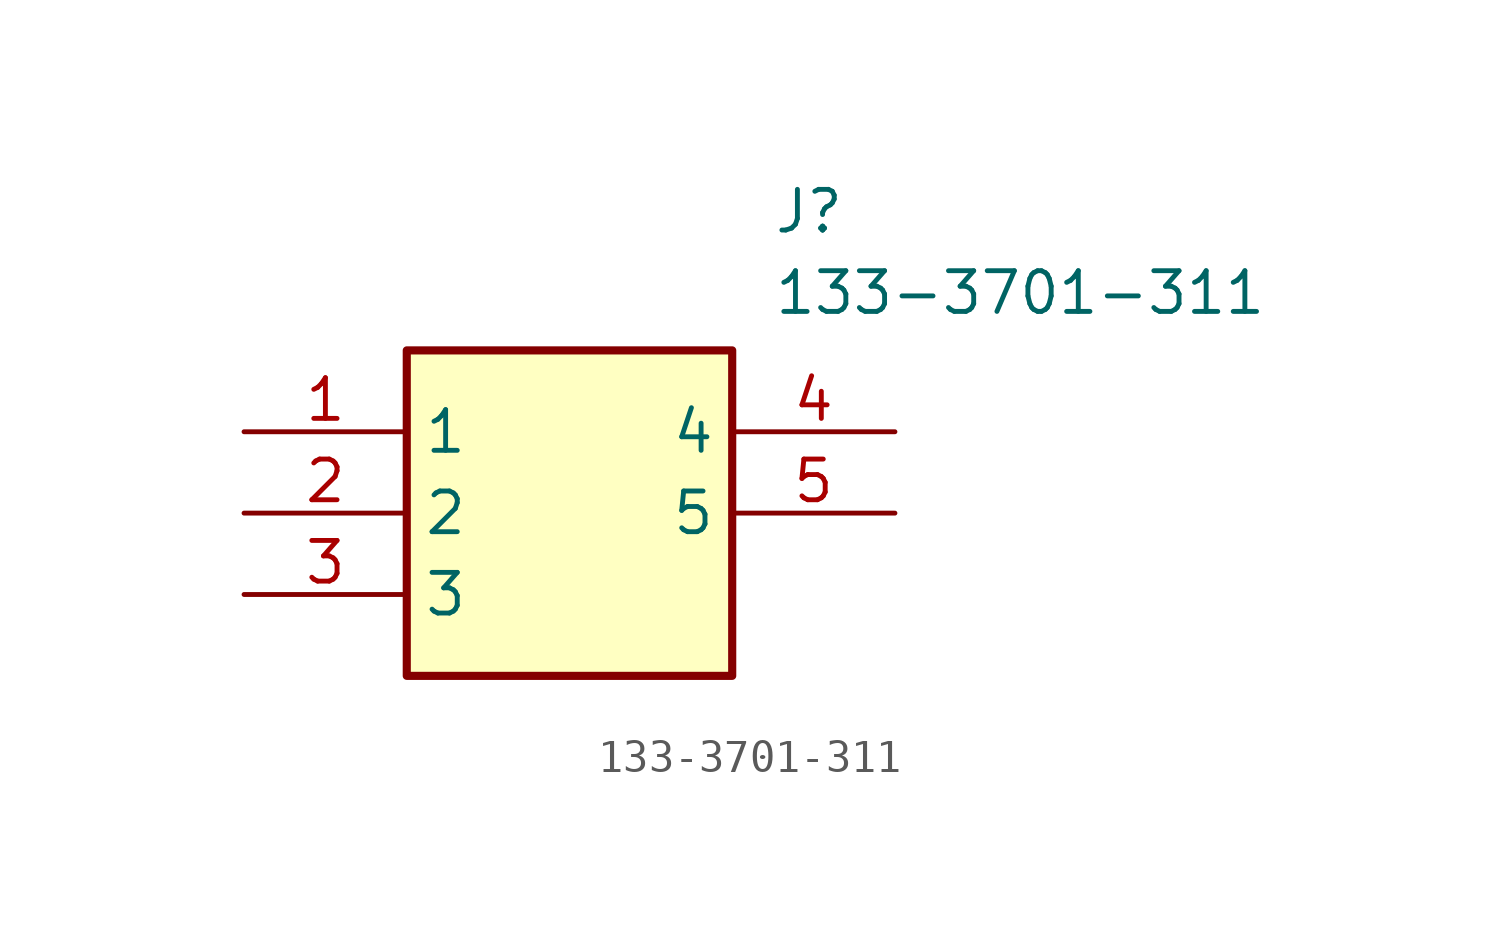
<source format=kicad_sym>
(kicad_symbol_lib
  (version 20211014)
  (generator SamacSys_ECAD_Model)
  (symbol "133-3701-311"
    (property "Reference" "J"
      (at 16.51 7.62 0)
      (effects (font (size 1.27 1.27)) (justify left top)))
    (property "Value" "133-3701-311"
      (at 16.51 5.08 0)
      (effects (font (size 1.27 1.27)) (justify left top)))
    (rectangle
      (start 5.08 2.54)
      (end 15.24 -7.62)
      (stroke (width 0.254) (type default))
      (fill (type background)))
    (pin passive line
      (at 0 0 0)
      (length 5.08)
      (name "1" (effects (font (size 1.27 1.27))))
      (number "1" (effects (font (size 1.27 1.27)))))
    (pin passive line
      (at 0 -2.54 0)
      (length 5.08)
      (name "2" (effects (font (size 1.27 1.27))))
      (number "2" (effects (font (size 1.27 1.27)))))
    (pin passive line
      (at 0 -5.08 0)
      (length 5.08)
      (name "3" (effects (font (size 1.27 1.27))))
      (number "3" (effects (font (size 1.27 1.27)))))
    (pin passive line
      (at 20.32 0 180)
      (length 5.08)
      (name "4" (effects (font (size 1.27 1.27))))
      (number "4" (effects (font (size 1.27 1.27)))))
    (pin passive line
      (at 20.32 -2.54 180)
      (length 5.08)
      (name "5" (effects (font (size 1.27 1.27))))
      (number "5" (effects (font (size 1.27 1.27)))))))
</source>
